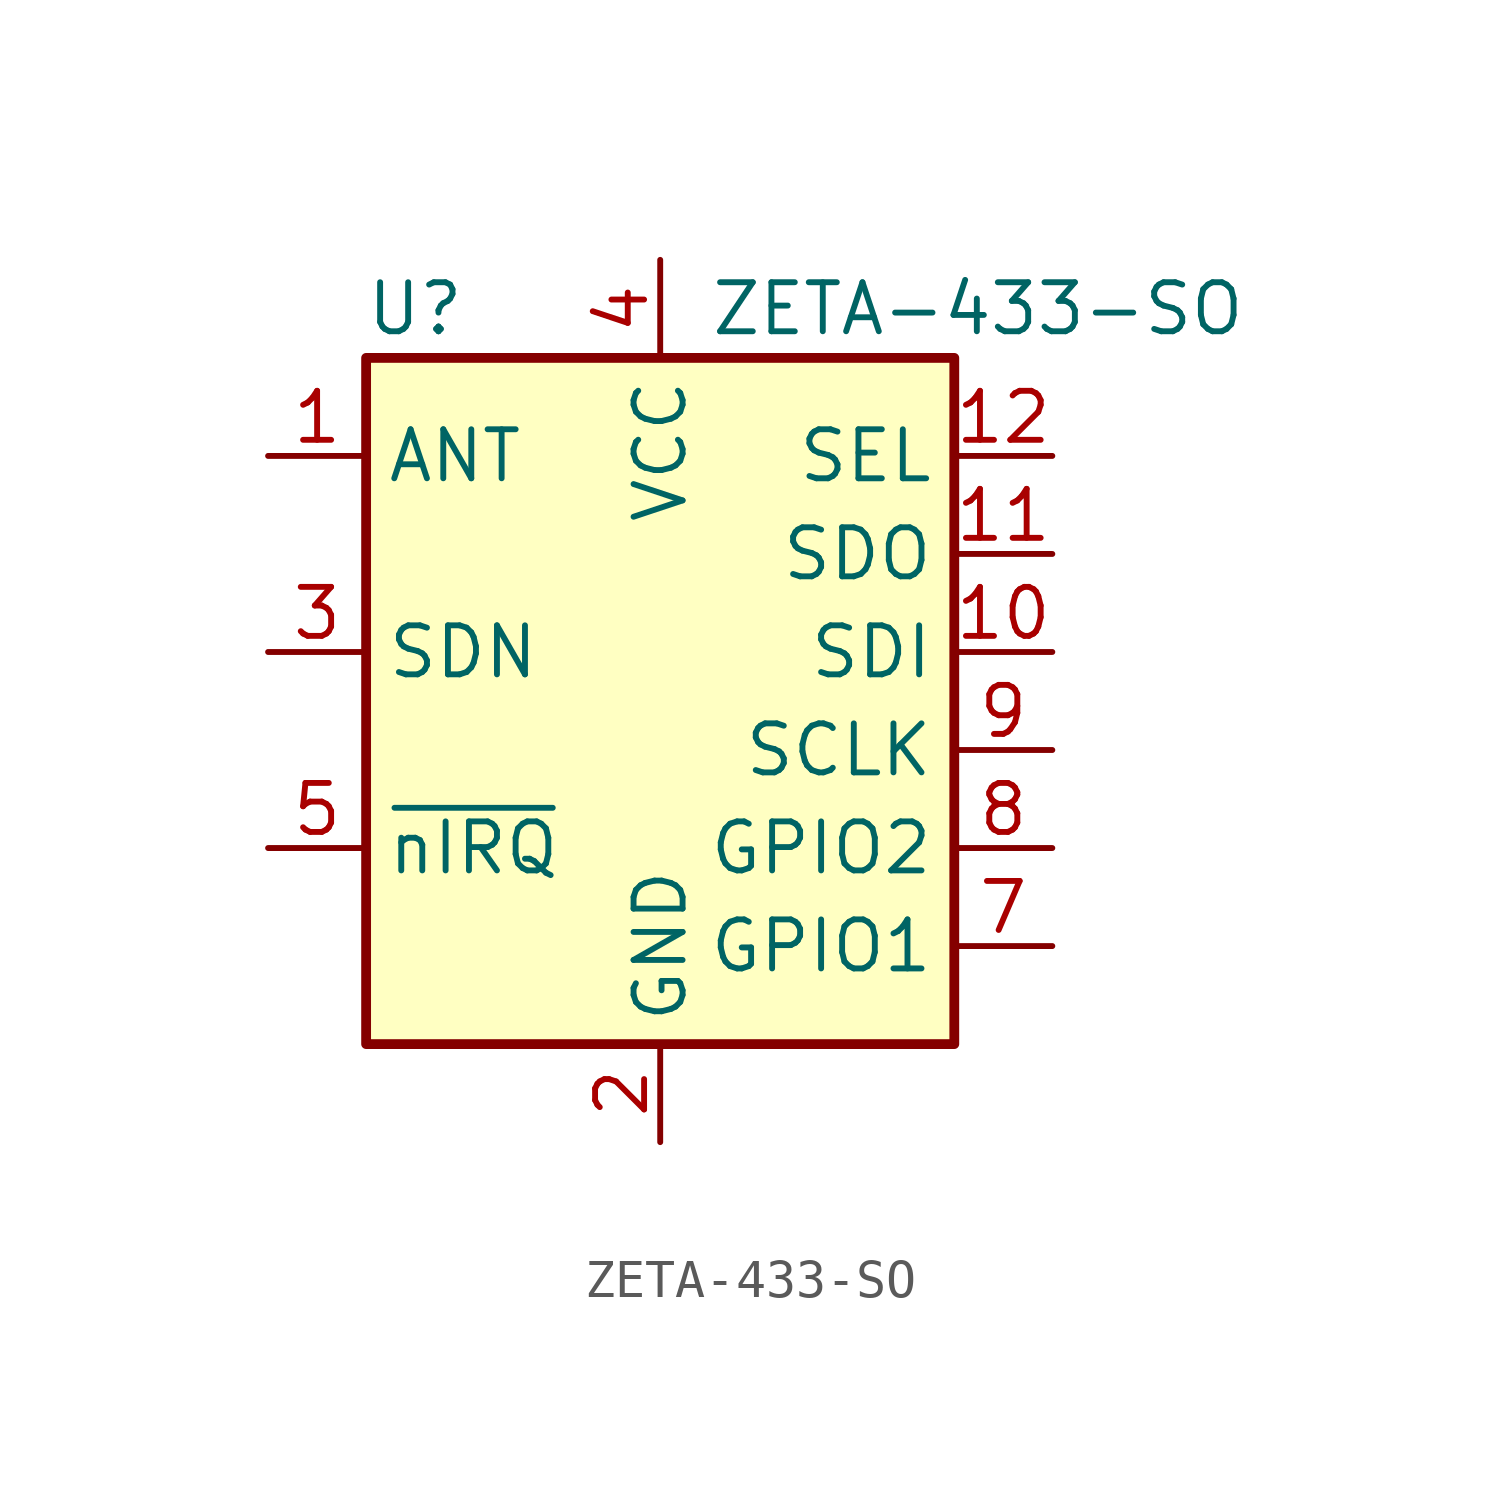
<source format=kicad_sym>
(kicad_symbol_lib
  (version 20211014)
  (generator kicad_symbol_editor)
  (symbol "ZETA-433-SO"
    (property "Reference" "U"
      (at -6.35 8.89 0)
      (effects (font (size 1.27 1.27))))
    (property "Value" "ZETA-433-SO"
      (at 1.27 8.89 0)
      (effects (font (size 1.27 1.27)) (justify left)))
    (symbol "ZETA-433-SO_0_1"
      (rectangle (start 7.62 -10.16) (end -7.62 7.62) (stroke (width 0.254) (type default) (color 0 0 0 0)) (fill (type background))))
    (symbol "ZETA-433-SO_1_1"
      (pin bidirectional line (at -10.16 5.08 0) (length 2.54) (name "ANT" (effects (font (size 1.27 1.27)))) (number "1" (effects (font (size 1.27 1.27)))))
      (pin input line (at 10.16 0 180) (length 2.54) (name "SDI" (effects (font (size 1.27 1.27)))) (number "10" (effects (font (size 1.27 1.27)))))
      (pin output line (at 10.16 2.54 180) (length 2.54) (name "SDO" (effects (font (size 1.27 1.27)))) (number "11" (effects (font (size 1.27 1.27)))))
      (pin input line (at 10.16 5.08 180) (length 2.54) (name "SEL" (effects (font (size 1.27 1.27)))) (number "12" (effects (font (size 1.27 1.27)))))
      (pin power_in line (at 0 -12.7 90) (length 2.54) (name "GND" (effects (font (size 1.27 1.27)))) (number "2" (effects (font (size 1.27 1.27)))))
      (pin input line (at -10.16 0 0) (length 2.54) (name "SDN" (effects (font (size 1.27 1.27)))) (number "3" (effects (font (size 1.27 1.27)))))
      (pin power_in line (at 0 10.16 270) (length 2.54) (name "VCC" (effects (font (size 1.27 1.27)))) (number "4" (effects (font (size 1.27 1.27)))))
      (pin output line (at -10.16 -5.08 0) (length 2.54) (name "~{nIRQ}" (effects (font (size 1.27 1.27)))) (number "5" (effects (font (size 1.27 1.27)))))
      (pin no_connect line (at -7.62 -7.62 0) (length 2.54) hide (name "NC" (effects (font (size 1.27 1.27)))) (number "6" (effects (font (size 1.27 1.27)))))
      (pin bidirectional line (at 10.16 -7.62 180) (length 2.54) (name "GPIO1" (effects (font (size 1.27 1.27)))) (number "7" (effects (font (size 1.27 1.27)))))
      (pin bidirectional line (at 10.16 -5.08 180) (length 2.54) (name "GPIO2" (effects (font (size 1.27 1.27)))) (number "8" (effects (font (size 1.27 1.27)))))
      (pin input line (at 10.16 -2.54 180) (length 2.54) (name "SCLK" (effects (font (size 1.27 1.27)))) (number "9" (effects (font (size 1.27 1.27))))))))
</source>
